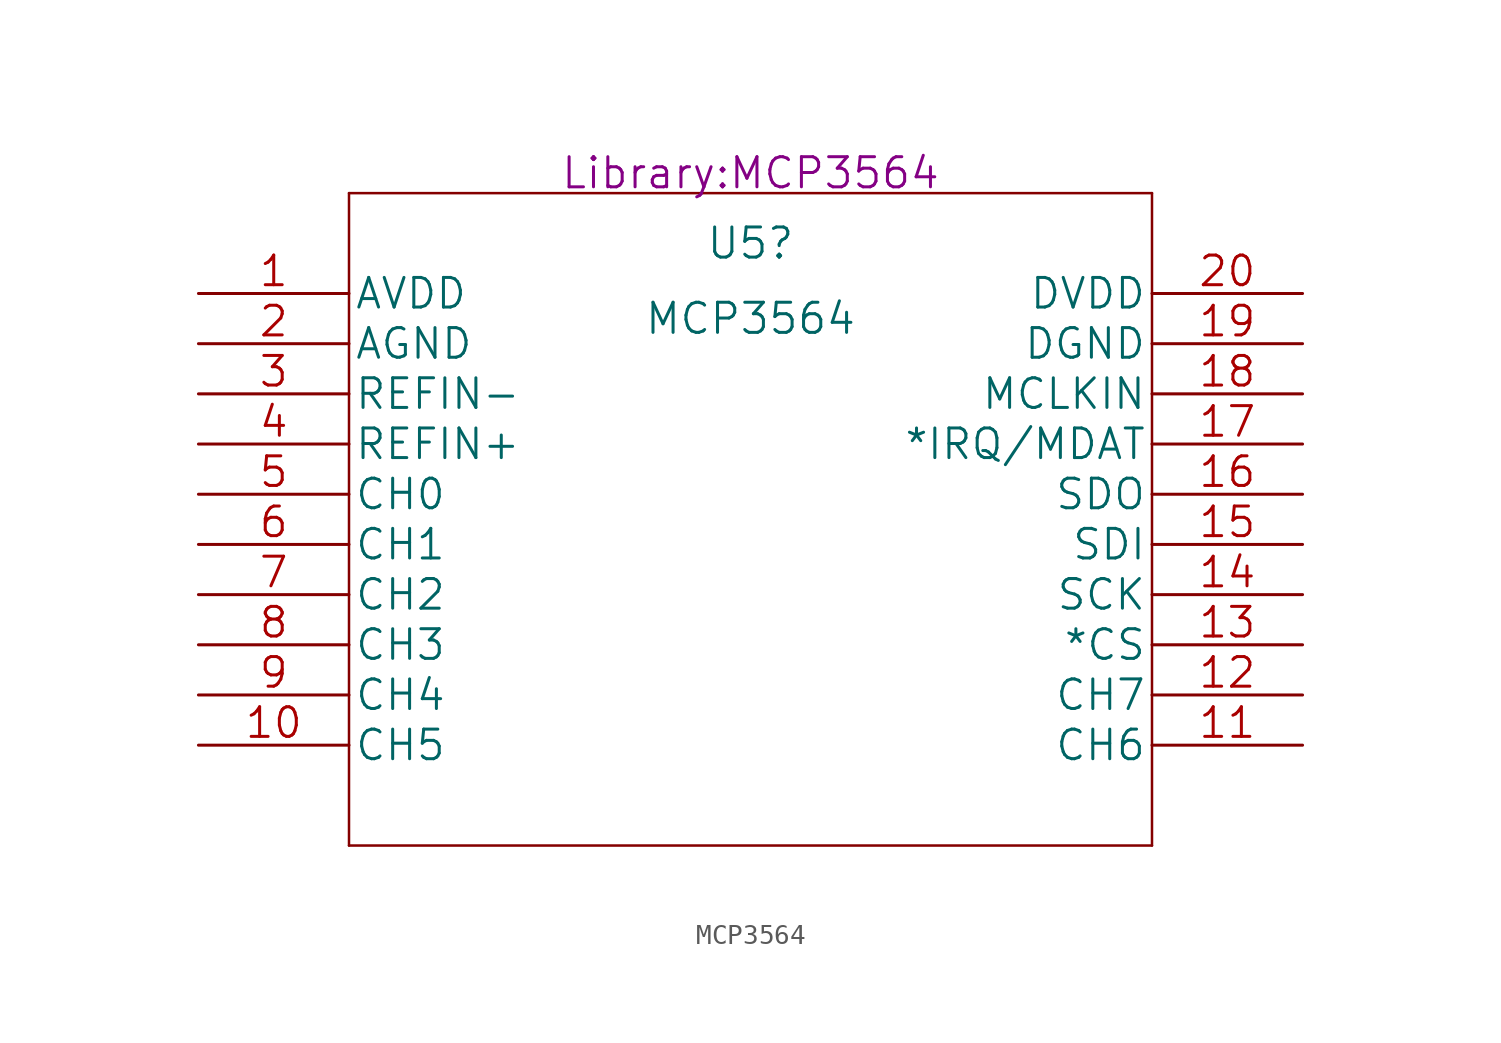
<source format=kicad_sym>
(kicad_symbol_lib
  (version 20211014)
  (generator kicad_symbol_editor)
  (symbol "MCP3564"
    (pin_names
      (offset 0.254))
    (property "Reference" "U5"
      (at 27.94 2.54 0)
      (effects (font (size 1.524 1.524))))
    (property "Value" "MCP3564"
      (at 27.94 -1.27 0)
      (effects (font (size 1.524 1.524))))
    (property "Footprint" "Library:MCP3564"
      (at 27.94 6.096 0)
      (effects (font (size 1.524 1.524))))
    (property "Datasheet" ""
      (at 0 0 0)
      (effects (font (size 1.524 1.524))))
    (symbol "MCP3564_1_1"
      (polyline (pts (xy 7.62 -27.94) (xy 48.26 -27.94)) (stroke (width 0.127) (type default) (color 0 0 0 0)) (fill (type none)))
      (polyline (pts (xy 7.62 5.08) (xy 7.62 -27.94)) (stroke (width 0.127) (type default) (color 0 0 0 0)) (fill (type none)))
      (polyline (pts (xy 48.26 -27.94) (xy 48.26 5.08)) (stroke (width 0.127) (type default) (color 0 0 0 0)) (fill (type none)))
      (polyline (pts (xy 48.26 5.08) (xy 7.62 5.08)) (stroke (width 0.127) (type default) (color 0 0 0 0)) (fill (type none)))
      (pin power_in line (at 0 0 0) (length 7.62) (name "AVDD" (effects (font (size 1.499 1.499)))) (number "1" (effects (font (size 1.499 1.499)))))
      (pin input line (at 0 -22.86 0) (length 7.62) (name "CH5" (effects (font (size 1.499 1.499)))) (number "10" (effects (font (size 1.499 1.499)))))
      (pin input line (at 55.88 -22.86 180) (length 7.62) (name "CH6" (effects (font (size 1.499 1.499)))) (number "11" (effects (font (size 1.499 1.499)))))
      (pin input line (at 55.88 -20.32 180) (length 7.62) (name "CH7" (effects (font (size 1.499 1.499)))) (number "12" (effects (font (size 1.499 1.499)))))
      (pin input line (at 55.88 -17.78 180) (length 7.62) (name "*CS" (effects (font (size 1.499 1.499)))) (number "13" (effects (font (size 1.499 1.499)))))
      (pin input line (at 55.88 -15.24 180) (length 7.62) (name "SCK" (effects (font (size 1.499 1.499)))) (number "14" (effects (font (size 1.499 1.499)))))
      (pin input line (at 55.88 -12.7 180) (length 7.62) (name "SDI" (effects (font (size 1.499 1.499)))) (number "15" (effects (font (size 1.499 1.499)))))
      (pin output line (at 55.88 -10.16 180) (length 7.62) (name "SDO" (effects (font (size 1.499 1.499)))) (number "16" (effects (font (size 1.499 1.499)))))
      (pin output line (at 55.88 -7.62 180) (length 7.62) (name "*IRQ/MDAT" (effects (font (size 1.499 1.499)))) (number "17" (effects (font (size 1.499 1.499)))))
      (pin bidirectional line (at 55.88 -5.08 180) (length 7.62) (name "MCLKIN" (effects (font (size 1.499 1.499)))) (number "18" (effects (font (size 1.499 1.499)))))
      (pin power_in line (at 55.88 -2.54 180) (length 7.62) (name "DGND" (effects (font (size 1.499 1.499)))) (number "19" (effects (font (size 1.499 1.499)))))
      (pin power_in line (at 0 -2.54 0) (length 7.62) (name "AGND" (effects (font (size 1.499 1.499)))) (number "2" (effects (font (size 1.499 1.499)))))
      (pin power_in line (at 55.88 0 180) (length 7.62) (name "DVDD" (effects (font (size 1.499 1.499)))) (number "20" (effects (font (size 1.499 1.499)))))
      (pin input line (at 0 -5.08 0) (length 7.62) (name "REFIN-" (effects (font (size 1.499 1.499)))) (number "3" (effects (font (size 1.499 1.499)))))
      (pin input line (at 0 -7.62 0) (length 7.62) (name "REFIN+" (effects (font (size 1.499 1.499)))) (number "4" (effects (font (size 1.499 1.499)))))
      (pin input line (at 0 -10.16 0) (length 7.62) (name "CH0" (effects (font (size 1.499 1.499)))) (number "5" (effects (font (size 1.499 1.499)))))
      (pin input line (at 0 -12.7 0) (length 7.62) (name "CH1" (effects (font (size 1.499 1.499)))) (number "6" (effects (font (size 1.499 1.499)))))
      (pin input line (at 0 -15.24 0) (length 7.62) (name "CH2" (effects (font (size 1.499 1.499)))) (number "7" (effects (font (size 1.499 1.499)))))
      (pin input line (at 0 -17.78 0) (length 7.62) (name "CH3" (effects (font (size 1.499 1.499)))) (number "8" (effects (font (size 1.499 1.499)))))
      (pin input line (at 0 -20.32 0) (length 7.62) (name "CH4" (effects (font (size 1.499 1.499)))) (number "9" (effects (font (size 1.499 1.499))))))))
</source>
